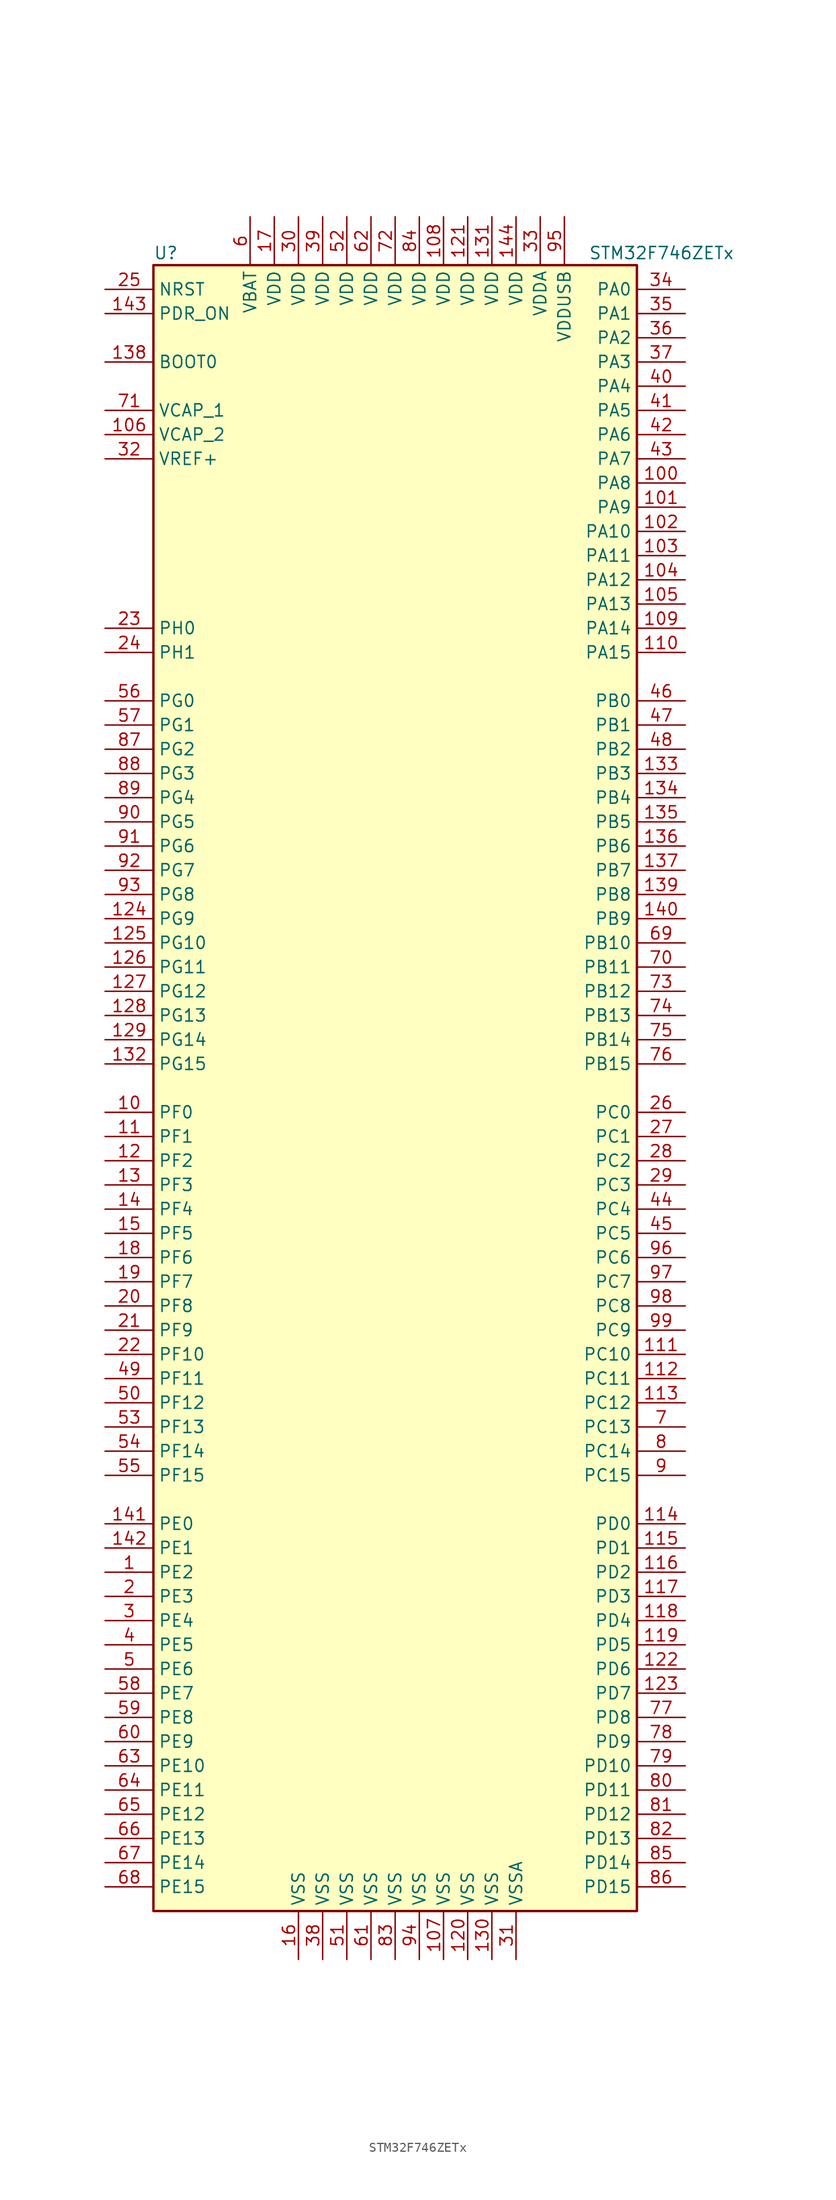
<source format=kicad_sym>
(kicad_symbol_lib
  (version 20211014)
  (generator kicad_symbol_editor)
  (symbol "STM32F746ZETx"
    (property "Reference" "U"
      (at -25.4 87.63 0)
      (effects (font (size 1.27 1.27)) (justify left)))
    (property "Value" "STM32F746ZETx"
      (at 20.32 87.63 0)
      (effects (font (size 1.27 1.27)) (justify left)))
    (symbol "STM32F746ZETx_0_1"
      (rectangle (start -25.4 -86.36) (end 25.4 86.36) (stroke (width 0.254) (type default) (color 0 0 0 0)) (fill (type background))))
    (symbol "STM32F746ZETx_1_1"
      (pin bidirectional line (at -30.48 -50.8 0) (length 5.08) (name "PE2" (effects (font (size 1.27 1.27)))) (number "1" (effects (font (size 1.27 1.27)))))
      (pin bidirectional line (at -30.48 -2.54 0) (length 5.08) (name "PF0" (effects (font (size 1.27 1.27)))) (number "10" (effects (font (size 1.27 1.27)))))
      (pin bidirectional line (at 30.48 63.5 180) (length 5.08) (name "PA8" (effects (font (size 1.27 1.27)))) (number "100" (effects (font (size 1.27 1.27)))))
      (pin bidirectional line (at 30.48 60.96 180) (length 5.08) (name "PA9" (effects (font (size 1.27 1.27)))) (number "101" (effects (font (size 1.27 1.27)))))
      (pin bidirectional line (at 30.48 58.42 180) (length 5.08) (name "PA10" (effects (font (size 1.27 1.27)))) (number "102" (effects (font (size 1.27 1.27)))))
      (pin bidirectional line (at 30.48 55.88 180) (length 5.08) (name "PA11" (effects (font (size 1.27 1.27)))) (number "103" (effects (font (size 1.27 1.27)))))
      (pin bidirectional line (at 30.48 53.34 180) (length 5.08) (name "PA12" (effects (font (size 1.27 1.27)))) (number "104" (effects (font (size 1.27 1.27)))))
      (pin bidirectional line (at 30.48 50.8 180) (length 5.08) (name "PA13" (effects (font (size 1.27 1.27)))) (number "105" (effects (font (size 1.27 1.27)))))
      (pin power_in line (at -30.48 68.58 0) (length 5.08) (name "VCAP_2" (effects (font (size 1.27 1.27)))) (number "106" (effects (font (size 1.27 1.27)))))
      (pin power_in line (at 5.08 -91.44 90) (length 5.08) (name "VSS" (effects (font (size 1.27 1.27)))) (number "107" (effects (font (size 1.27 1.27)))))
      (pin power_in line (at 5.08 91.44 270) (length 5.08) (name "VDD" (effects (font (size 1.27 1.27)))) (number "108" (effects (font (size 1.27 1.27)))))
      (pin bidirectional line (at 30.48 48.26 180) (length 5.08) (name "PA14" (effects (font (size 1.27 1.27)))) (number "109" (effects (font (size 1.27 1.27)))))
      (pin bidirectional line (at -30.48 -5.08 0) (length 5.08) (name "PF1" (effects (font (size 1.27 1.27)))) (number "11" (effects (font (size 1.27 1.27)))))
      (pin bidirectional line (at 30.48 45.72 180) (length 5.08) (name "PA15" (effects (font (size 1.27 1.27)))) (number "110" (effects (font (size 1.27 1.27)))))
      (pin bidirectional line (at 30.48 -27.94 180) (length 5.08) (name "PC10" (effects (font (size 1.27 1.27)))) (number "111" (effects (font (size 1.27 1.27)))))
      (pin bidirectional line (at 30.48 -30.48 180) (length 5.08) (name "PC11" (effects (font (size 1.27 1.27)))) (number "112" (effects (font (size 1.27 1.27)))))
      (pin bidirectional line (at 30.48 -33.02 180) (length 5.08) (name "PC12" (effects (font (size 1.27 1.27)))) (number "113" (effects (font (size 1.27 1.27)))))
      (pin bidirectional line (at 30.48 -45.72 180) (length 5.08) (name "PD0" (effects (font (size 1.27 1.27)))) (number "114" (effects (font (size 1.27 1.27)))))
      (pin bidirectional line (at 30.48 -48.26 180) (length 5.08) (name "PD1" (effects (font (size 1.27 1.27)))) (number "115" (effects (font (size 1.27 1.27)))))
      (pin bidirectional line (at 30.48 -50.8 180) (length 5.08) (name "PD2" (effects (font (size 1.27 1.27)))) (number "116" (effects (font (size 1.27 1.27)))))
      (pin bidirectional line (at 30.48 -53.34 180) (length 5.08) (name "PD3" (effects (font (size 1.27 1.27)))) (number "117" (effects (font (size 1.27 1.27)))))
      (pin bidirectional line (at 30.48 -55.88 180) (length 5.08) (name "PD4" (effects (font (size 1.27 1.27)))) (number "118" (effects (font (size 1.27 1.27)))))
      (pin bidirectional line (at 30.48 -58.42 180) (length 5.08) (name "PD5" (effects (font (size 1.27 1.27)))) (number "119" (effects (font (size 1.27 1.27)))))
      (pin bidirectional line (at -30.48 -7.62 0) (length 5.08) (name "PF2" (effects (font (size 1.27 1.27)))) (number "12" (effects (font (size 1.27 1.27)))))
      (pin power_in line (at 7.62 -91.44 90) (length 5.08) (name "VSS" (effects (font (size 1.27 1.27)))) (number "120" (effects (font (size 1.27 1.27)))))
      (pin power_in line (at 7.62 91.44 270) (length 5.08) (name "VDD" (effects (font (size 1.27 1.27)))) (number "121" (effects (font (size 1.27 1.27)))))
      (pin bidirectional line (at 30.48 -60.96 180) (length 5.08) (name "PD6" (effects (font (size 1.27 1.27)))) (number "122" (effects (font (size 1.27 1.27)))))
      (pin bidirectional line (at 30.48 -63.5 180) (length 5.08) (name "PD7" (effects (font (size 1.27 1.27)))) (number "123" (effects (font (size 1.27 1.27)))))
      (pin bidirectional line (at -30.48 17.78 0) (length 5.08) (name "PG9" (effects (font (size 1.27 1.27)))) (number "124" (effects (font (size 1.27 1.27)))))
      (pin bidirectional line (at -30.48 15.24 0) (length 5.08) (name "PG10" (effects (font (size 1.27 1.27)))) (number "125" (effects (font (size 1.27 1.27)))))
      (pin bidirectional line (at -30.48 12.7 0) (length 5.08) (name "PG11" (effects (font (size 1.27 1.27)))) (number "126" (effects (font (size 1.27 1.27)))))
      (pin bidirectional line (at -30.48 10.16 0) (length 5.08) (name "PG12" (effects (font (size 1.27 1.27)))) (number "127" (effects (font (size 1.27 1.27)))))
      (pin bidirectional line (at -30.48 7.62 0) (length 5.08) (name "PG13" (effects (font (size 1.27 1.27)))) (number "128" (effects (font (size 1.27 1.27)))))
      (pin bidirectional line (at -30.48 5.08 0) (length 5.08) (name "PG14" (effects (font (size 1.27 1.27)))) (number "129" (effects (font (size 1.27 1.27)))))
      (pin bidirectional line (at -30.48 -10.16 0) (length 5.08) (name "PF3" (effects (font (size 1.27 1.27)))) (number "13" (effects (font (size 1.27 1.27)))))
      (pin power_in line (at 10.16 -91.44 90) (length 5.08) (name "VSS" (effects (font (size 1.27 1.27)))) (number "130" (effects (font (size 1.27 1.27)))))
      (pin power_in line (at 10.16 91.44 270) (length 5.08) (name "VDD" (effects (font (size 1.27 1.27)))) (number "131" (effects (font (size 1.27 1.27)))))
      (pin bidirectional line (at -30.48 2.54 0) (length 5.08) (name "PG15" (effects (font (size 1.27 1.27)))) (number "132" (effects (font (size 1.27 1.27)))))
      (pin bidirectional line (at 30.48 33.02 180) (length 5.08) (name "PB3" (effects (font (size 1.27 1.27)))) (number "133" (effects (font (size 1.27 1.27)))))
      (pin bidirectional line (at 30.48 30.48 180) (length 5.08) (name "PB4" (effects (font (size 1.27 1.27)))) (number "134" (effects (font (size 1.27 1.27)))))
      (pin bidirectional line (at 30.48 27.94 180) (length 5.08) (name "PB5" (effects (font (size 1.27 1.27)))) (number "135" (effects (font (size 1.27 1.27)))))
      (pin bidirectional line (at 30.48 25.4 180) (length 5.08) (name "PB6" (effects (font (size 1.27 1.27)))) (number "136" (effects (font (size 1.27 1.27)))))
      (pin bidirectional line (at 30.48 22.86 180) (length 5.08) (name "PB7" (effects (font (size 1.27 1.27)))) (number "137" (effects (font (size 1.27 1.27)))))
      (pin input line (at -30.48 76.2 0) (length 5.08) (name "BOOT0" (effects (font (size 1.27 1.27)))) (number "138" (effects (font (size 1.27 1.27)))))
      (pin bidirectional line (at 30.48 20.32 180) (length 5.08) (name "PB8" (effects (font (size 1.27 1.27)))) (number "139" (effects (font (size 1.27 1.27)))))
      (pin bidirectional line (at -30.48 -12.7 0) (length 5.08) (name "PF4" (effects (font (size 1.27 1.27)))) (number "14" (effects (font (size 1.27 1.27)))))
      (pin bidirectional line (at 30.48 17.78 180) (length 5.08) (name "PB9" (effects (font (size 1.27 1.27)))) (number "140" (effects (font (size 1.27 1.27)))))
      (pin bidirectional line (at -30.48 -45.72 0) (length 5.08) (name "PE0" (effects (font (size 1.27 1.27)))) (number "141" (effects (font (size 1.27 1.27)))))
      (pin bidirectional line (at -30.48 -48.26 0) (length 5.08) (name "PE1" (effects (font (size 1.27 1.27)))) (number "142" (effects (font (size 1.27 1.27)))))
      (pin input line (at -30.48 81.28 0) (length 5.08) (name "PDR_ON" (effects (font (size 1.27 1.27)))) (number "143" (effects (font (size 1.27 1.27)))))
      (pin power_in line (at 12.7 91.44 270) (length 5.08) (name "VDD" (effects (font (size 1.27 1.27)))) (number "144" (effects (font (size 1.27 1.27)))))
      (pin bidirectional line (at -30.48 -15.24 0) (length 5.08) (name "PF5" (effects (font (size 1.27 1.27)))) (number "15" (effects (font (size 1.27 1.27)))))
      (pin power_in line (at -10.16 -91.44 90) (length 5.08) (name "VSS" (effects (font (size 1.27 1.27)))) (number "16" (effects (font (size 1.27 1.27)))))
      (pin power_in line (at -12.7 91.44 270) (length 5.08) (name "VDD" (effects (font (size 1.27 1.27)))) (number "17" (effects (font (size 1.27 1.27)))))
      (pin bidirectional line (at -30.48 -17.78 0) (length 5.08) (name "PF6" (effects (font (size 1.27 1.27)))) (number "18" (effects (font (size 1.27 1.27)))))
      (pin bidirectional line (at -30.48 -20.32 0) (length 5.08) (name "PF7" (effects (font (size 1.27 1.27)))) (number "19" (effects (font (size 1.27 1.27)))))
      (pin bidirectional line (at -30.48 -53.34 0) (length 5.08) (name "PE3" (effects (font (size 1.27 1.27)))) (number "2" (effects (font (size 1.27 1.27)))))
      (pin bidirectional line (at -30.48 -22.86 0) (length 5.08) (name "PF8" (effects (font (size 1.27 1.27)))) (number "20" (effects (font (size 1.27 1.27)))))
      (pin bidirectional line (at -30.48 -25.4 0) (length 5.08) (name "PF9" (effects (font (size 1.27 1.27)))) (number "21" (effects (font (size 1.27 1.27)))))
      (pin bidirectional line (at -30.48 -27.94 0) (length 5.08) (name "PF10" (effects (font (size 1.27 1.27)))) (number "22" (effects (font (size 1.27 1.27)))))
      (pin input line (at -30.48 48.26 0) (length 5.08) (name "PH0" (effects (font (size 1.27 1.27)))) (number "23" (effects (font (size 1.27 1.27)))))
      (pin input line (at -30.48 45.72 0) (length 5.08) (name "PH1" (effects (font (size 1.27 1.27)))) (number "24" (effects (font (size 1.27 1.27)))))
      (pin input line (at -30.48 83.82 0) (length 5.08) (name "NRST" (effects (font (size 1.27 1.27)))) (number "25" (effects (font (size 1.27 1.27)))))
      (pin bidirectional line (at 30.48 -2.54 180) (length 5.08) (name "PC0" (effects (font (size 1.27 1.27)))) (number "26" (effects (font (size 1.27 1.27)))))
      (pin bidirectional line (at 30.48 -5.08 180) (length 5.08) (name "PC1" (effects (font (size 1.27 1.27)))) (number "27" (effects (font (size 1.27 1.27)))))
      (pin bidirectional line (at 30.48 -7.62 180) (length 5.08) (name "PC2" (effects (font (size 1.27 1.27)))) (number "28" (effects (font (size 1.27 1.27)))))
      (pin bidirectional line (at 30.48 -10.16 180) (length 5.08) (name "PC3" (effects (font (size 1.27 1.27)))) (number "29" (effects (font (size 1.27 1.27)))))
      (pin bidirectional line (at -30.48 -55.88 0) (length 5.08) (name "PE4" (effects (font (size 1.27 1.27)))) (number "3" (effects (font (size 1.27 1.27)))))
      (pin power_in line (at -10.16 91.44 270) (length 5.08) (name "VDD" (effects (font (size 1.27 1.27)))) (number "30" (effects (font (size 1.27 1.27)))))
      (pin power_in line (at 12.7 -91.44 90) (length 5.08) (name "VSSA" (effects (font (size 1.27 1.27)))) (number "31" (effects (font (size 1.27 1.27)))))
      (pin power_in line (at -30.48 66.04 0) (length 5.08) (name "VREF+" (effects (font (size 1.27 1.27)))) (number "32" (effects (font (size 1.27 1.27)))))
      (pin power_in line (at 15.24 91.44 270) (length 5.08) (name "VDDA" (effects (font (size 1.27 1.27)))) (number "33" (effects (font (size 1.27 1.27)))))
      (pin bidirectional line (at 30.48 83.82 180) (length 5.08) (name "PA0" (effects (font (size 1.27 1.27)))) (number "34" (effects (font (size 1.27 1.27)))))
      (pin bidirectional line (at 30.48 81.28 180) (length 5.08) (name "PA1" (effects (font (size 1.27 1.27)))) (number "35" (effects (font (size 1.27 1.27)))))
      (pin bidirectional line (at 30.48 78.74 180) (length 5.08) (name "PA2" (effects (font (size 1.27 1.27)))) (number "36" (effects (font (size 1.27 1.27)))))
      (pin bidirectional line (at 30.48 76.2 180) (length 5.08) (name "PA3" (effects (font (size 1.27 1.27)))) (number "37" (effects (font (size 1.27 1.27)))))
      (pin power_in line (at -7.62 -91.44 90) (length 5.08) (name "VSS" (effects (font (size 1.27 1.27)))) (number "38" (effects (font (size 1.27 1.27)))))
      (pin power_in line (at -7.62 91.44 270) (length 5.08) (name "VDD" (effects (font (size 1.27 1.27)))) (number "39" (effects (font (size 1.27 1.27)))))
      (pin bidirectional line (at -30.48 -58.42 0) (length 5.08) (name "PE5" (effects (font (size 1.27 1.27)))) (number "4" (effects (font (size 1.27 1.27)))))
      (pin bidirectional line (at 30.48 73.66 180) (length 5.08) (name "PA4" (effects (font (size 1.27 1.27)))) (number "40" (effects (font (size 1.27 1.27)))))
      (pin bidirectional line (at 30.48 71.12 180) (length 5.08) (name "PA5" (effects (font (size 1.27 1.27)))) (number "41" (effects (font (size 1.27 1.27)))))
      (pin bidirectional line (at 30.48 68.58 180) (length 5.08) (name "PA6" (effects (font (size 1.27 1.27)))) (number "42" (effects (font (size 1.27 1.27)))))
      (pin bidirectional line (at 30.48 66.04 180) (length 5.08) (name "PA7" (effects (font (size 1.27 1.27)))) (number "43" (effects (font (size 1.27 1.27)))))
      (pin bidirectional line (at 30.48 -12.7 180) (length 5.08) (name "PC4" (effects (font (size 1.27 1.27)))) (number "44" (effects (font (size 1.27 1.27)))))
      (pin bidirectional line (at 30.48 -15.24 180) (length 5.08) (name "PC5" (effects (font (size 1.27 1.27)))) (number "45" (effects (font (size 1.27 1.27)))))
      (pin bidirectional line (at 30.48 40.64 180) (length 5.08) (name "PB0" (effects (font (size 1.27 1.27)))) (number "46" (effects (font (size 1.27 1.27)))))
      (pin bidirectional line (at 30.48 38.1 180) (length 5.08) (name "PB1" (effects (font (size 1.27 1.27)))) (number "47" (effects (font (size 1.27 1.27)))))
      (pin bidirectional line (at 30.48 35.56 180) (length 5.08) (name "PB2" (effects (font (size 1.27 1.27)))) (number "48" (effects (font (size 1.27 1.27)))))
      (pin bidirectional line (at -30.48 -30.48 0) (length 5.08) (name "PF11" (effects (font (size 1.27 1.27)))) (number "49" (effects (font (size 1.27 1.27)))))
      (pin bidirectional line (at -30.48 -60.96 0) (length 5.08) (name "PE6" (effects (font (size 1.27 1.27)))) (number "5" (effects (font (size 1.27 1.27)))))
      (pin bidirectional line (at -30.48 -33.02 0) (length 5.08) (name "PF12" (effects (font (size 1.27 1.27)))) (number "50" (effects (font (size 1.27 1.27)))))
      (pin power_in line (at -5.08 -91.44 90) (length 5.08) (name "VSS" (effects (font (size 1.27 1.27)))) (number "51" (effects (font (size 1.27 1.27)))))
      (pin power_in line (at -5.08 91.44 270) (length 5.08) (name "VDD" (effects (font (size 1.27 1.27)))) (number "52" (effects (font (size 1.27 1.27)))))
      (pin bidirectional line (at -30.48 -35.56 0) (length 5.08) (name "PF13" (effects (font (size 1.27 1.27)))) (number "53" (effects (font (size 1.27 1.27)))))
      (pin bidirectional line (at -30.48 -38.1 0) (length 5.08) (name "PF14" (effects (font (size 1.27 1.27)))) (number "54" (effects (font (size 1.27 1.27)))))
      (pin bidirectional line (at -30.48 -40.64 0) (length 5.08) (name "PF15" (effects (font (size 1.27 1.27)))) (number "55" (effects (font (size 1.27 1.27)))))
      (pin bidirectional line (at -30.48 40.64 0) (length 5.08) (name "PG0" (effects (font (size 1.27 1.27)))) (number "56" (effects (font (size 1.27 1.27)))))
      (pin bidirectional line (at -30.48 38.1 0) (length 5.08) (name "PG1" (effects (font (size 1.27 1.27)))) (number "57" (effects (font (size 1.27 1.27)))))
      (pin bidirectional line (at -30.48 -63.5 0) (length 5.08) (name "PE7" (effects (font (size 1.27 1.27)))) (number "58" (effects (font (size 1.27 1.27)))))
      (pin bidirectional line (at -30.48 -66.04 0) (length 5.08) (name "PE8" (effects (font (size 1.27 1.27)))) (number "59" (effects (font (size 1.27 1.27)))))
      (pin power_in line (at -15.24 91.44 270) (length 5.08) (name "VBAT" (effects (font (size 1.27 1.27)))) (number "6" (effects (font (size 1.27 1.27)))))
      (pin bidirectional line (at -30.48 -68.58 0) (length 5.08) (name "PE9" (effects (font (size 1.27 1.27)))) (number "60" (effects (font (size 1.27 1.27)))))
      (pin power_in line (at -2.54 -91.44 90) (length 5.08) (name "VSS" (effects (font (size 1.27 1.27)))) (number "61" (effects (font (size 1.27 1.27)))))
      (pin power_in line (at -2.54 91.44 270) (length 5.08) (name "VDD" (effects (font (size 1.27 1.27)))) (number "62" (effects (font (size 1.27 1.27)))))
      (pin bidirectional line (at -30.48 -71.12 0) (length 5.08) (name "PE10" (effects (font (size 1.27 1.27)))) (number "63" (effects (font (size 1.27 1.27)))))
      (pin bidirectional line (at -30.48 -73.66 0) (length 5.08) (name "PE11" (effects (font (size 1.27 1.27)))) (number "64" (effects (font (size 1.27 1.27)))))
      (pin bidirectional line (at -30.48 -76.2 0) (length 5.08) (name "PE12" (effects (font (size 1.27 1.27)))) (number "65" (effects (font (size 1.27 1.27)))))
      (pin bidirectional line (at -30.48 -78.74 0) (length 5.08) (name "PE13" (effects (font (size 1.27 1.27)))) (number "66" (effects (font (size 1.27 1.27)))))
      (pin bidirectional line (at -30.48 -81.28 0) (length 5.08) (name "PE14" (effects (font (size 1.27 1.27)))) (number "67" (effects (font (size 1.27 1.27)))))
      (pin bidirectional line (at -30.48 -83.82 0) (length 5.08) (name "PE15" (effects (font (size 1.27 1.27)))) (number "68" (effects (font (size 1.27 1.27)))))
      (pin bidirectional line (at 30.48 15.24 180) (length 5.08) (name "PB10" (effects (font (size 1.27 1.27)))) (number "69" (effects (font (size 1.27 1.27)))))
      (pin bidirectional line (at 30.48 -35.56 180) (length 5.08) (name "PC13" (effects (font (size 1.27 1.27)))) (number "7" (effects (font (size 1.27 1.27)))))
      (pin bidirectional line (at 30.48 12.7 180) (length 5.08) (name "PB11" (effects (font (size 1.27 1.27)))) (number "70" (effects (font (size 1.27 1.27)))))
      (pin power_in line (at -30.48 71.12 0) (length 5.08) (name "VCAP_1" (effects (font (size 1.27 1.27)))) (number "71" (effects (font (size 1.27 1.27)))))
      (pin power_in line (at 0 91.44 270) (length 5.08) (name "VDD" (effects (font (size 1.27 1.27)))) (number "72" (effects (font (size 1.27 1.27)))))
      (pin bidirectional line (at 30.48 10.16 180) (length 5.08) (name "PB12" (effects (font (size 1.27 1.27)))) (number "73" (effects (font (size 1.27 1.27)))))
      (pin bidirectional line (at 30.48 7.62 180) (length 5.08) (name "PB13" (effects (font (size 1.27 1.27)))) (number "74" (effects (font (size 1.27 1.27)))))
      (pin bidirectional line (at 30.48 5.08 180) (length 5.08) (name "PB14" (effects (font (size 1.27 1.27)))) (number "75" (effects (font (size 1.27 1.27)))))
      (pin bidirectional line (at 30.48 2.54 180) (length 5.08) (name "PB15" (effects (font (size 1.27 1.27)))) (number "76" (effects (font (size 1.27 1.27)))))
      (pin bidirectional line (at 30.48 -66.04 180) (length 5.08) (name "PD8" (effects (font (size 1.27 1.27)))) (number "77" (effects (font (size 1.27 1.27)))))
      (pin bidirectional line (at 30.48 -68.58 180) (length 5.08) (name "PD9" (effects (font (size 1.27 1.27)))) (number "78" (effects (font (size 1.27 1.27)))))
      (pin bidirectional line (at 30.48 -71.12 180) (length 5.08) (name "PD10" (effects (font (size 1.27 1.27)))) (number "79" (effects (font (size 1.27 1.27)))))
      (pin bidirectional line (at 30.48 -38.1 180) (length 5.08) (name "PC14" (effects (font (size 1.27 1.27)))) (number "8" (effects (font (size 1.27 1.27)))))
      (pin bidirectional line (at 30.48 -73.66 180) (length 5.08) (name "PD11" (effects (font (size 1.27 1.27)))) (number "80" (effects (font (size 1.27 1.27)))))
      (pin bidirectional line (at 30.48 -76.2 180) (length 5.08) (name "PD12" (effects (font (size 1.27 1.27)))) (number "81" (effects (font (size 1.27 1.27)))))
      (pin bidirectional line (at 30.48 -78.74 180) (length 5.08) (name "PD13" (effects (font (size 1.27 1.27)))) (number "82" (effects (font (size 1.27 1.27)))))
      (pin power_in line (at 0 -91.44 90) (length 5.08) (name "VSS" (effects (font (size 1.27 1.27)))) (number "83" (effects (font (size 1.27 1.27)))))
      (pin power_in line (at 2.54 91.44 270) (length 5.08) (name "VDD" (effects (font (size 1.27 1.27)))) (number "84" (effects (font (size 1.27 1.27)))))
      (pin bidirectional line (at 30.48 -81.28 180) (length 5.08) (name "PD14" (effects (font (size 1.27 1.27)))) (number "85" (effects (font (size 1.27 1.27)))))
      (pin bidirectional line (at 30.48 -83.82 180) (length 5.08) (name "PD15" (effects (font (size 1.27 1.27)))) (number "86" (effects (font (size 1.27 1.27)))))
      (pin bidirectional line (at -30.48 35.56 0) (length 5.08) (name "PG2" (effects (font (size 1.27 1.27)))) (number "87" (effects (font (size 1.27 1.27)))))
      (pin bidirectional line (at -30.48 33.02 0) (length 5.08) (name "PG3" (effects (font (size 1.27 1.27)))) (number "88" (effects (font (size 1.27 1.27)))))
      (pin bidirectional line (at -30.48 30.48 0) (length 5.08) (name "PG4" (effects (font (size 1.27 1.27)))) (number "89" (effects (font (size 1.27 1.27)))))
      (pin bidirectional line (at 30.48 -40.64 180) (length 5.08) (name "PC15" (effects (font (size 1.27 1.27)))) (number "9" (effects (font (size 1.27 1.27)))))
      (pin bidirectional line (at -30.48 27.94 0) (length 5.08) (name "PG5" (effects (font (size 1.27 1.27)))) (number "90" (effects (font (size 1.27 1.27)))))
      (pin bidirectional line (at -30.48 25.4 0) (length 5.08) (name "PG6" (effects (font (size 1.27 1.27)))) (number "91" (effects (font (size 1.27 1.27)))))
      (pin bidirectional line (at -30.48 22.86 0) (length 5.08) (name "PG7" (effects (font (size 1.27 1.27)))) (number "92" (effects (font (size 1.27 1.27)))))
      (pin bidirectional line (at -30.48 20.32 0) (length 5.08) (name "PG8" (effects (font (size 1.27 1.27)))) (number "93" (effects (font (size 1.27 1.27)))))
      (pin power_in line (at 2.54 -91.44 90) (length 5.08) (name "VSS" (effects (font (size 1.27 1.27)))) (number "94" (effects (font (size 1.27 1.27)))))
      (pin power_in line (at 17.78 91.44 270) (length 5.08) (name "VDDUSB" (effects (font (size 1.27 1.27)))) (number "95" (effects (font (size 1.27 1.27)))))
      (pin bidirectional line (at 30.48 -17.78 180) (length 5.08) (name "PC6" (effects (font (size 1.27 1.27)))) (number "96" (effects (font (size 1.27 1.27)))))
      (pin bidirectional line (at 30.48 -20.32 180) (length 5.08) (name "PC7" (effects (font (size 1.27 1.27)))) (number "97" (effects (font (size 1.27 1.27)))))
      (pin bidirectional line (at 30.48 -22.86 180) (length 5.08) (name "PC8" (effects (font (size 1.27 1.27)))) (number "98" (effects (font (size 1.27 1.27)))))
      (pin bidirectional line (at 30.48 -25.4 180) (length 5.08) (name "PC9" (effects (font (size 1.27 1.27)))) (number "99" (effects (font (size 1.27 1.27))))))))
</source>
